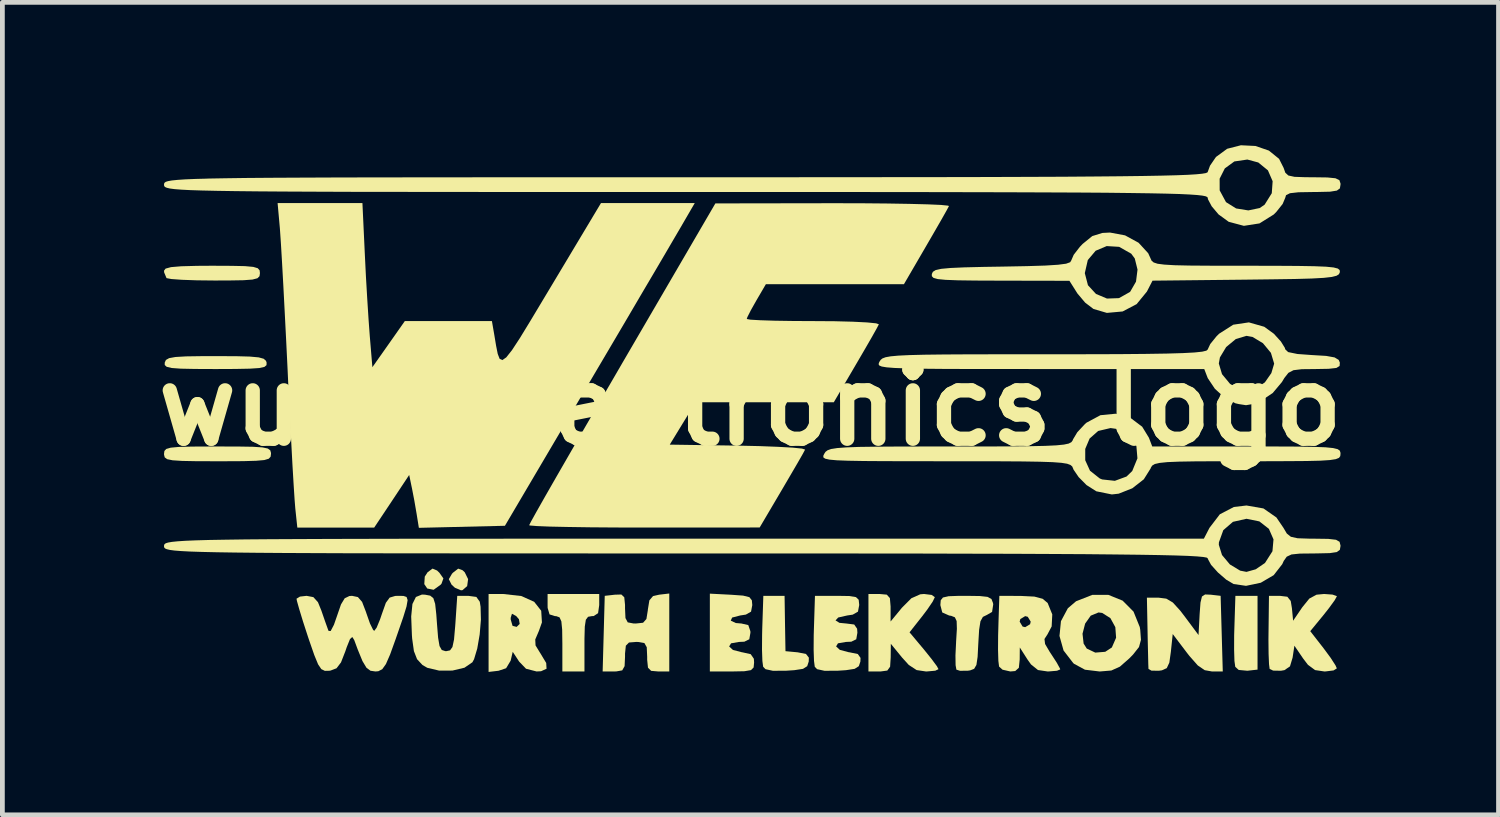
<source format=kicad_pcb>
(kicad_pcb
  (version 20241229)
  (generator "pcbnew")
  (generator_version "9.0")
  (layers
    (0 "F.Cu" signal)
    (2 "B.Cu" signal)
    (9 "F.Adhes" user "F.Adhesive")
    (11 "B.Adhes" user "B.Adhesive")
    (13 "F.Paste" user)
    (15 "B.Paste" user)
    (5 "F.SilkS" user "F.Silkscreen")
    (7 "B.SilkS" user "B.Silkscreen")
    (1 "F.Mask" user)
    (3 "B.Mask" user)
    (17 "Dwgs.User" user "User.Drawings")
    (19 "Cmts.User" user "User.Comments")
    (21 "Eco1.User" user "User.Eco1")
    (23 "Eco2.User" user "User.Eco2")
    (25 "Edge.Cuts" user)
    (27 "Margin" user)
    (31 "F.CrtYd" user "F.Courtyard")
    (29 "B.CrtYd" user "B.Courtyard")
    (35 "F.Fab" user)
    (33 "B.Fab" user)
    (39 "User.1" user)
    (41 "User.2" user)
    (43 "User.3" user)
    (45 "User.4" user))
  (footprint "wurthelectronics logo"
    (layer "F.Cu")
    (at 12.707 5.473)
    (property "Reference" "wurthelectronics logo" (at 0 0 0) (layer "F.SilkS") (effects (font (size 1.524 1.524) (thickness 0.3))))
    (attr board_only exclude_from_pos_files exclude_from_bom)
    (fp_poly (pts (xy 10.648 5.537) (xy 10.434 5.561) (xy 10.252 5.544) (xy 10.18 5.478) (xy 10.163 5.355) (xy 10.156 5.12) (xy 10.157 4.815) (xy 10.161 4.679) (xy 10.183 3.988) (xy 10.648 3.988)) (stroke (width 0) (type solid)) (fill yes) (layer "F.SilkS"))
    (fp_poly (pts (xy -6.58 3.456) (xy -6.531 3.503) (xy -6.447 3.622) (xy -6.486 3.732) (xy -6.502 3.752) (xy -6.652 3.861) (xy -6.786 3.834) (xy -6.848 3.742) (xy -6.838 3.584) (xy -6.779 3.493) (xy -6.675 3.416)) (stroke (width 0) (type solid)) (fill yes) (layer "F.SilkS"))
    (fp_poly (pts (xy -6.045 3.45) (xy -5.999 3.493) (xy -5.928 3.637) (xy -5.948 3.784) (xy -6.045 3.868) (xy -6.078 3.872) (xy -6.205 3.818) (xy -6.276 3.752) (xy -6.333 3.638) (xy -6.267 3.525) (xy -6.247 3.503) (xy -6.136 3.417)) (stroke (width 0) (type solid)) (fill yes) (layer "F.SilkS"))
    (fp_poly (pts (xy 0.726 4.569) (xy 0.736 5.15) (xy 0.992 5.174) (xy 1.167 5.209) (xy 1.227 5.286) (xy 1.224 5.368) (xy 1.192 5.465) (xy 1.104 5.521) (xy 0.921 5.549) (xy 0.754 5.56) (xy 0.472 5.562) (xy 0.316 5.528) (xy 0.267 5.477) (xy 0.251 5.355) (xy 0.243 5.12) (xy 0.245 4.815) (xy 0.248 4.679) (xy 0.271 3.988) (xy 0.717 3.988)) (stroke (width 0) (type solid)) (fill yes) (layer "F.SilkS"))
    (fp_poly (pts (xy -3.175 4.182) (xy -3.199 4.352) (xy -3.29 4.412) (xy -3.33 4.414) (xy -3.409 4.428) (xy -3.456 4.49) (xy -3.478 4.634) (xy -3.485 4.89) (xy -3.485 4.995) (xy -3.485 5.576) (xy -3.949 5.576) (xy -3.949 4.995) (xy -3.953 4.698) (xy -3.97 4.524) (xy -4.008 4.44) (xy -4.076 4.415) (xy -4.104 4.414) (xy -4.218 4.378) (xy -4.258 4.242) (xy -4.259 4.182) (xy -4.259 3.949) (xy -3.175 3.949)) (stroke (width 0) (type solid)) (fill yes) (layer "F.SilkS"))
    (fp_poly (pts (xy -10.895 -2.941) (xy -10.614 -2.935) (xy -10.439 -2.919) (xy -10.345 -2.891) (xy -10.306 -2.847) (xy -10.299 -2.788) (xy -10.308 -2.723) (xy -10.352 -2.68) (xy -10.456 -2.653) (xy -10.645 -2.639) (xy -10.944 -2.634) (xy -11.254 -2.633) (xy -11.625 -2.637) (xy -11.937 -2.648) (xy -12.159 -2.664) (xy -12.26 -2.683) (xy -12.261 -2.685) (xy -12.31 -2.802) (xy -12.313 -2.839) (xy -12.28 -2.883) (xy -12.166 -2.914) (xy -11.953 -2.932) (xy -11.619 -2.941) (xy -11.306 -2.943)) (stroke (width 0) (type solid)) (fill yes) (layer "F.SilkS"))
    (fp_poly (pts (xy -10.805 -1.044) (xy -10.512 -1.036) (xy -10.325 -1.019) (xy -10.22 -0.99) (xy -10.172 -0.947) (xy -10.159 -0.91) (xy -10.161 -0.856) (xy -10.205 -0.819) (xy -10.314 -0.795) (xy -10.511 -0.782) (xy -10.819 -0.776) (xy -11.229 -0.774) (xy -11.661 -0.776) (xy -11.961 -0.782) (xy -12.152 -0.796) (xy -12.257 -0.821) (xy -12.298 -0.859) (xy -12.298 -0.91) (xy -12.273 -0.965) (xy -12.206 -1.003) (xy -12.073 -1.027) (xy -11.85 -1.04) (xy -11.512 -1.045) (xy -11.229 -1.045)) (stroke (width 0) (type solid)) (fill yes) (layer "F.SilkS"))
    (fp_poly (pts (xy -10.752 0.853) (xy -10.446 0.858) (xy -10.248 0.871) (xy -10.134 0.895) (xy -10.082 0.933) (xy -10.067 0.987) (xy -10.067 1.007) (xy -10.075 1.067) (xy -10.114 1.109) (xy -10.208 1.137) (xy -10.379 1.152) (xy -10.652 1.16) (xy -11.05 1.162) (xy -11.19 1.162) (xy -11.628 1.161) (xy -11.934 1.155) (xy -12.132 1.142) (xy -12.246 1.119) (xy -12.298 1.081) (xy -12.312 1.026) (xy -12.313 1.007) (xy -12.305 0.946) (xy -12.266 0.904) (xy -12.172 0.877) (xy -12.001 0.861) (xy -11.727 0.854) (xy -11.329 0.852) (xy -11.19 0.852)) (stroke (width 0) (type solid)) (fill yes) (layer "F.SilkS"))
    (fp_poly (pts (xy 9.665 3.964) (xy 9.873 3.988) (xy 9.918 5.576) (xy 9.691 5.576) (xy 9.539 5.549) (xy 9.394 5.45) (xy 9.218 5.251) (xy 9.165 5.183) (xy 8.867 4.79) (xy 8.828 5.163) (xy 8.796 5.39) (xy 8.742 5.506) (xy 8.64 5.552) (xy 8.576 5.561) (xy 8.421 5.559) (xy 8.358 5.523) (xy 8.354 5.422) (xy 8.349 5.204) (xy 8.342 4.908) (xy 8.339 4.743) (xy 8.325 4.027) (xy 8.575 4.027) (xy 8.732 4.047) (xy 8.869 4.128) (xy 9.024 4.298) (xy 9.117 4.419) (xy 9.409 4.811) (xy 9.432 4.375) (xy 9.45 4.129) (xy 9.481 4.002) (xy 9.547 3.959)) (stroke (width 0) (type solid)) (fill yes) (layer "F.SilkS"))
    (fp_poly (pts (xy -4.811 3.992) (xy -4.541 4.113) (xy -4.393 4.301) (xy -4.378 4.546) (xy -4.442 4.726) (xy -4.518 4.904) (xy -4.512 5.029) (xy -4.418 5.183) (xy -4.413 5.19) (xy -4.288 5.398) (xy -4.281 5.519) (xy -4.396 5.571) (xy -4.49 5.576) (xy -4.712 5.519) (xy -4.856 5.369) (xy -4.991 5.163) (xy -5.035 5.35) (xy -5.13 5.508) (xy -5.288 5.561) (xy -5.498 5.586) (xy -5.498 4.482) (xy -5.034 4.482) (xy -4.995 4.618) (xy -4.909 4.64) (xy -4.845 4.578) (xy -4.861 4.479) (xy -4.918 4.413) (xy -5.007 4.364) (xy -5.033 4.446) (xy -5.034 4.482) (xy -5.498 4.482) (xy -5.498 3.949) (xy -5.193 3.949)) (stroke (width 0) (type solid)) (fill yes) (layer "F.SilkS"))
    (fp_poly (pts (xy -0.407 3.965) (xy -0.155 3.983) (xy -0.022 4.016) (xy 0.03 4.082) (xy 0.039 4.182) (xy 0.013 4.32) (xy -0.096 4.382) (xy -0.214 4.4) (xy -0.384 4.444) (xy -0.413 4.509) (xy -0.307 4.559) (xy -0.189 4.569) (xy -0.045 4.602) (xy -0.001 4.731) (xy 0 4.763) (xy -0.024 4.9) (xy -0.128 4.951) (xy -0.239 4.956) (xy -0.407 4.985) (xy -0.447 5.051) (xy -0.367 5.124) (xy -0.178 5.173) (xy -0.168 5.174) (xy 0.006 5.213) (xy 0.072 5.309) (xy 0.077 5.387) (xy 0.067 5.492) (xy 0.011 5.548) (xy -0.126 5.571) (xy -0.381 5.576) (xy -0.387 5.576) (xy -0.852 5.576) (xy -0.852 3.942)) (stroke (width 0) (type solid)) (fill yes) (layer "F.SilkS"))
    (fp_poly (pts (xy 2.863 3.963) (xy 2.928 4.035) (xy 2.943 4.21) (xy 2.943 4.238) (xy 2.943 4.527) (xy 3.181 4.238) (xy 3.379 4.039) (xy 3.565 3.956) (xy 3.645 3.949) (xy 3.806 3.969) (xy 3.872 4.016) (xy 3.827 4.109) (xy 3.712 4.278) (xy 3.606 4.418) (xy 3.341 4.754) (xy 3.645 5.117) (xy 3.805 5.316) (xy 3.916 5.466) (xy 3.949 5.528) (xy 3.881 5.56) (xy 3.715 5.575) (xy 3.686 5.576) (xy 3.49 5.547) (xy 3.325 5.439) (xy 3.185 5.285) (xy 2.948 4.995) (xy 2.945 5.285) (xy 2.933 5.476) (xy 2.874 5.557) (xy 2.734 5.576) (xy 2.71 5.576) (xy 2.478 5.576) (xy 2.478 3.949) (xy 2.71 3.949)) (stroke (width 0) (type solid)) (fill yes) (layer "F.SilkS"))
    (fp_poly (pts (xy 4.815 3.992) (xy 4.98 4.01) (xy 5.061 4.055) (xy 5.093 4.137) (xy 5.098 4.168) (xy 5.074 4.326) (xy 4.965 4.389) (xy 4.881 4.43) (xy 4.83 4.522) (xy 4.802 4.7) (xy 4.785 4.984) (xy 4.77 5.271) (xy 4.745 5.439) (xy 4.697 5.521) (xy 4.614 5.553) (xy 4.566 5.56) (xy 4.401 5.562) (xy 4.325 5.538) (xy 4.308 5.444) (xy 4.305 5.239) (xy 4.318 4.968) (xy 4.318 4.96) (xy 4.335 4.68) (xy 4.33 4.518) (xy 4.293 4.439) (xy 4.216 4.408) (xy 4.172 4.401) (xy 4.028 4.337) (xy 3.988 4.182) (xy 3.996 4.081) (xy 4.042 4.023) (xy 4.161 3.996) (xy 4.386 3.988) (xy 4.53 3.988)) (stroke (width 0) (type solid)) (fill yes) (layer "F.SilkS"))
    (fp_poly (pts (xy -1.704 5.576) (xy -1.936 5.576) (xy -2.085 5.563) (xy -2.151 5.497) (xy -2.168 5.332) (xy -2.168 5.266) (xy -2.177 5.067) (xy -2.227 4.979) (xy -2.351 4.957) (xy -2.401 4.956) (xy -2.55 4.968) (xy -2.616 5.035) (xy -2.633 5.199) (xy -2.633 5.266) (xy -2.642 5.464) (xy -2.692 5.553) (xy -2.816 5.575) (xy -2.868 5.576) (xy -3.103 5.576) (xy -3.059 3.988) (xy -2.846 3.964) (xy -2.71 3.96) (xy -2.649 4.018) (xy -2.633 4.178) (xy -2.633 4.254) (xy -2.624 4.455) (xy -2.576 4.545) (xy -2.457 4.568) (xy -2.405 4.569) (xy -2.254 4.553) (xy -2.184 4.474) (xy -2.154 4.288) (xy -2.154 4.279) (xy -2.122 4.083) (xy -2.045 3.993) (xy -1.917 3.964) (xy -1.704 3.939)) (stroke (width 0) (type solid)) (fill yes) (layer "F.SilkS"))
    (fp_poly (pts (xy 7.517 3.968) (xy 7.815 4.089) (xy 8.044 4.319) (xy 8.175 4.643) (xy 8.185 4.702) (xy 8.2 4.912) (xy 8.159 5.063) (xy 8.035 5.22) (xy 7.955 5.302) (xy 7.758 5.475) (xy 7.578 5.556) (xy 7.339 5.576) (xy 7.33 5.576) (xy 7.024 5.539) (xy 6.797 5.416) (xy 6.779 5.401) (xy 6.575 5.136) (xy 6.489 4.829) (xy 6.494 4.784) (xy 6.973 4.784) (xy 6.996 4.99) (xy 7.062 5.095) (xy 7.241 5.18) (xy 7.45 5.163) (xy 7.589 5.072) (xy 7.678 4.868) (xy 7.662 4.646) (xy 7.558 4.456) (xy 7.386 4.347) (xy 7.309 4.337) (xy 7.146 4.404) (xy 7.028 4.571) (xy 6.973 4.784) (xy 6.494 4.784) (xy 6.52 4.52) (xy 6.665 4.249) (xy 6.837 4.102) (xy 7.181 3.967)) (stroke (width 0) (type solid)) (fill yes) (layer "F.SilkS"))
    (fp_poly (pts (xy 12.223 3.962) (xy 12.311 3.993) (xy 12.313 3.999) (xy 12.267 4.082) (xy 12.15 4.243) (xy 12.034 4.39) (xy 11.755 4.73) (xy 12.034 5.088) (xy 12.184 5.291) (xy 12.285 5.448) (xy 12.313 5.511) (xy 12.245 5.554) (xy 12.079 5.575) (xy 12.052 5.576) (xy 11.856 5.547) (xy 11.706 5.436) (xy 11.606 5.305) (xy 11.422 5.035) (xy 11.384 5.286) (xy 11.329 5.469) (xy 11.213 5.548) (xy 11.139 5.561) (xy 10.976 5.558) (xy 10.902 5.522) (xy 10.889 5.422) (xy 10.88 5.204) (xy 10.877 4.907) (xy 10.879 4.724) (xy 10.888 3.988) (xy 11.116 3.988) (xy 11.274 4.007) (xy 11.345 4.096) (xy 11.37 4.249) (xy 11.395 4.511) (xy 11.586 4.23) (xy 11.736 4.045) (xy 11.887 3.964) (xy 12.045 3.949)) (stroke (width 0) (type solid)) (fill yes) (layer "F.SilkS"))
    (fp_poly (pts (xy -6.831 3.964) (xy -6.724 3.984) (xy -6.658 4.037) (xy -6.62 4.156) (xy -6.596 4.376) (xy -6.582 4.569) (xy -6.558 4.867) (xy -6.528 5.042) (xy -6.481 5.125) (xy -6.406 5.149) (xy -6.389 5.15) (xy -6.308 5.133) (xy -6.257 5.063) (xy -6.224 4.907) (xy -6.2 4.634) (xy -6.195 4.569) (xy -6.156 3.988) (xy -5.924 3.988) (xy -5.755 4.011) (xy -5.683 4.112) (xy -5.666 4.218) (xy -5.659 4.488) (xy -5.685 4.799) (xy -5.736 5.095) (xy -5.803 5.319) (xy -5.838 5.383) (xy -6.004 5.497) (xy -6.256 5.557) (xy -6.536 5.558) (xy -6.785 5.499) (xy -6.887 5.44) (xy -7 5.318) (xy -7.066 5.149) (xy -7.103 4.884) (xy -7.108 4.816) (xy -7.123 4.421) (xy -7.097 4.159) (xy -7.024 4.012) (xy -6.897 3.961)) (stroke (width 0) (type solid)) (fill yes) (layer "F.SilkS"))
    (fp_poly (pts (xy 2.077 3.992) (xy 2.216 4.015) (xy 2.273 4.07) (xy 2.284 4.175) (xy 2.284 4.182) (xy 2.258 4.32) (xy 2.148 4.383) (xy 2.033 4.4) (xy 1.843 4.443) (xy 1.787 4.504) (xy 1.869 4.555) (xy 2.013 4.569) (xy 2.179 4.59) (xy 2.24 4.678) (xy 2.246 4.763) (xy 2.222 4.9) (xy 2.118 4.951) (xy 2.007 4.956) (xy 1.838 4.985) (xy 1.799 5.05) (xy 1.878 5.123) (xy 2.065 5.172) (xy 2.082 5.174) (xy 2.255 5.21) (xy 2.312 5.291) (xy 2.309 5.368) (xy 2.276 5.465) (xy 2.188 5.521) (xy 2.006 5.549) (xy 1.838 5.56) (xy 1.556 5.562) (xy 1.4 5.528) (xy 1.351 5.477) (xy 1.335 5.355) (xy 1.327 5.12) (xy 1.329 4.815) (xy 1.333 4.679) (xy 1.355 3.988) (xy 1.82 3.988)) (stroke (width 0) (type solid)) (fill yes) (layer "F.SilkS"))
    (fp_poly (pts (xy 5.68 3.99) (xy 5.963 4.004) (xy 6.136 4.05) (xy 6.24 4.138) (xy 6.242 4.141) (xy 6.338 4.378) (xy 6.325 4.631) (xy 6.236 4.799) (xy 6.174 4.894) (xy 6.187 4.999) (xy 6.285 5.166) (xy 6.313 5.208) (xy 6.43 5.388) (xy 6.498 5.511) (xy 6.505 5.533) (xy 6.437 5.561) (xy 6.27 5.575) (xy 6.241 5.576) (xy 6.038 5.546) (xy 5.891 5.428) (xy 5.817 5.324) (xy 5.656 5.072) (xy 5.654 5.324) (xy 5.636 5.499) (xy 5.56 5.567) (xy 5.457 5.576) (xy 5.294 5.539) (xy 5.221 5.473) (xy 5.206 5.353) (xy 5.199 5.12) (xy 5.201 4.816) (xy 5.205 4.679) (xy 5.209 4.53) (xy 5.653 4.53) (xy 5.715 4.633) (xy 5.769 4.646) (xy 5.872 4.584) (xy 5.885 4.53) (xy 5.823 4.428) (xy 5.769 4.414) (xy 5.667 4.476) (xy 5.653 4.53) (xy 5.209 4.53) (xy 5.227 3.988)) (stroke (width 0) (type solid)) (fill yes) (layer "F.SilkS"))
    (fp_poly (pts (xy -8.097 -3.194) (xy -8.074 -2.729) (xy -8.046 -2.25) (xy -8.018 -1.812) (xy -7.993 -1.472) (xy -7.993 -1.471) (xy -7.938 -0.813) (xy -7.597 -1.297) (xy -7.257 -1.781) (xy -5.428 -1.781) (xy -5.378 -1.491) (xy -5.34 -1.262) (xy -5.306 -1.092) (xy -5.266 -0.989) (xy -5.209 -0.962) (xy -5.127 -1.019) (xy -5.008 -1.169) (xy -4.843 -1.421) (xy -4.621 -1.784) (xy -4.332 -2.266) (xy -4.182 -2.516) (xy -3.138 -4.259) (xy -1.169 -4.259) (xy -1.473 -3.736) (xy -1.578 -3.557) (xy -1.751 -3.261) (xy -1.983 -2.866) (xy -2.264 -2.39) (xy -2.582 -1.848) (xy -2.929 -1.259) (xy -3.295 -0.639) (xy -3.466 -0.348) (xy -5.155 2.517) (xy -6.962 2.56) (xy -7.009 2.268) (xy -7.057 1.989) (xy -7.109 1.719) (xy -7.111 1.712) (xy -7.165 1.45) (xy -7.532 2.003) (xy -7.9 2.555) (xy -9.514 2.555) (xy -9.557 2.149) (xy -9.571 1.971) (xy -9.591 1.662) (xy -9.616 1.242) (xy -9.643 0.736) (xy -9.673 0.165) (xy -9.704 -0.449) (xy -9.717 -0.736) (xy -9.748 -1.368) (xy -9.779 -1.974) (xy -9.808 -2.531) (xy -9.835 -3.014) (xy -9.858 -3.401) (xy -9.876 -3.667) (xy -9.881 -3.736) (xy -9.928 -4.259) (xy -8.147 -4.259)) (stroke (width 0) (type solid)) (fill yes) (layer "F.SilkS"))
    (fp_poly (pts (xy -7.285 3.99) (xy -7.22 4.012) (xy -7.198 4.077) (xy -7.221 4.211) (xy -7.29 4.436) (xy -7.408 4.777) (xy -7.45 4.898) (xy -7.566 5.22) (xy -7.654 5.421) (xy -7.731 5.529) (xy -7.813 5.571) (xy -7.874 5.576) (xy -7.978 5.561) (xy -8.063 5.497) (xy -8.146 5.358) (xy -8.246 5.114) (xy -8.319 4.917) (xy -8.36 4.852) (xy -8.408 4.896) (xy -8.477 5.067) (xy -8.505 5.15) (xy -8.597 5.386) (xy -8.691 5.509) (xy -8.816 5.557) (xy -8.84 5.561) (xy -8.936 5.563) (xy -9.01 5.527) (xy -9.078 5.426) (xy -9.157 5.234) (xy -9.264 4.926) (xy -9.291 4.846) (xy -9.394 4.529) (xy -9.474 4.267) (xy -9.522 4.096) (xy -9.531 4.048) (xy -9.459 4.004) (xy -9.32 3.988) (xy -9.177 4.015) (xy -9.081 4.121) (xy -9.009 4.298) (xy -8.932 4.521) (xy -8.87 4.694) (xy -8.858 4.724) (xy -8.814 4.727) (xy -8.745 4.595) (xy -8.682 4.414) (xy -8.597 4.168) (xy -8.519 4.039) (xy -8.421 3.992) (xy -8.365 3.988) (xy -8.242 4.014) (xy -8.154 4.115) (xy -8.072 4.328) (xy -8.063 4.356) (xy -7.989 4.567) (xy -7.924 4.7) (xy -7.899 4.724) (xy -7.849 4.657) (xy -7.778 4.485) (xy -7.734 4.356) (xy -7.655 4.134) (xy -7.575 4.025) (xy -7.458 3.99) (xy -7.392 3.988)) (stroke (width 0) (type solid)) (fill yes) (layer "F.SilkS"))
    (fp_poly (pts (xy 2.328 -4.255) (xy 2.873 -4.25) (xy 3.345 -4.242) (xy 3.728 -4.232) (xy 4.001 -4.22) (xy 4.148 -4.205) (xy 4.169 -4.197) (xy 4.122 -4.109) (xy 4.013 -3.916) (xy 3.858 -3.647) (xy 3.683 -3.345) (xy 3.223 -2.555) (xy 0.324 -2.555) (xy 0.124 -2.213) (xy 0.009 -2.009) (xy -0.064 -1.865) (xy -0.077 -1.825) (xy -0.004 -1.811) (xy 0.2 -1.799) (xy 0.51 -1.789) (xy 0.902 -1.783) (xy 1.323 -1.781) (xy 1.767 -1.778) (xy 2.15 -1.768) (xy 2.449 -1.753) (xy 2.639 -1.734) (xy 2.697 -1.714) (xy 2.65 -1.624) (xy 2.541 -1.43) (xy 2.385 -1.16) (xy 2.211 -0.862) (xy 1.751 -0.077) (xy -1.149 -0.077) (xy -1.422 0.368) (xy -1.694 0.813) (xy -0.26 0.834) (xy 0.19 0.844) (xy 0.579 0.859) (xy 0.884 0.876) (xy 1.082 0.896) (xy 1.148 0.917) (xy 1.148 0.917) (xy 1.101 1.005) (xy 0.991 1.197) (xy 0.835 1.464) (xy 0.658 1.766) (xy 0.194 2.553) (xy -2.226 2.554) (xy -2.821 2.553) (xy -3.362 2.549) (xy -3.832 2.542) (xy -4.212 2.534) (xy -4.484 2.523) (xy -4.628 2.511) (xy -4.646 2.505) (xy -4.608 2.43) (xy -4.5 2.235) (xy -4.328 1.931) (xy -4.1 1.533) (xy -3.823 1.052) (xy -3.505 0.502) (xy -3.153 -0.104) (xy -2.775 -0.754) (xy -2.691 -0.899) (xy -0.736 -4.252) (xy 1.729 -4.256)) (stroke (width 0) (type solid)) (fill yes) (layer "F.SilkS"))
    (fp_poly (pts (xy 7.866 -3.581) (xy 8.15 -3.426) (xy 8.352 -3.206) (xy 8.403 -3.094) (xy 8.424 -3.048) (xy 8.467 -3.012) (xy 8.549 -2.985) (xy 8.689 -2.967) (xy 8.905 -2.954) (xy 9.214 -2.947) (xy 9.636 -2.944) (xy 10.187 -2.943) (xy 10.426 -2.943) (xy 11.031 -2.942) (xy 11.498 -2.939) (xy 11.844 -2.933) (xy 12.087 -2.923) (xy 12.245 -2.907) (xy 12.334 -2.884) (xy 12.372 -2.853) (xy 12.377 -2.813) (xy 12.376 -2.807) (xy 12.357 -2.765) (xy 12.307 -2.733) (xy 12.207 -2.708) (xy 12.041 -2.689) (xy 11.789 -2.675) (xy 11.435 -2.665) (xy 10.961 -2.658) (xy 10.396 -2.651) (xy 8.443 -2.63) (xy 8.325 -2.401) (xy 8.109 -2.137) (xy 7.815 -1.983) (xy 7.484 -1.953) (xy 7.202 -2.036) (xy 7.028 -2.169) (xy 6.865 -2.362) (xy 6.854 -2.38) (xy 6.698 -2.627) (xy 5.241 -2.63) (xy 4.731 -2.632) (xy 4.357 -2.637) (xy 4.098 -2.647) (xy 3.933 -2.663) (xy 3.844 -2.688) (xy 3.809 -2.724) (xy 3.809 -2.768) (xy 3.818 -2.788) (xy 7.021 -2.788) (xy 7.087 -2.534) (xy 7.256 -2.351) (xy 7.487 -2.254) (xy 7.738 -2.263) (xy 7.968 -2.392) (xy 7.976 -2.401) (xy 8.096 -2.609) (xy 8.128 -2.862) (xy 8.07 -3.096) (xy 7.996 -3.196) (xy 7.742 -3.34) (xy 7.481 -3.356) (xy 7.249 -3.258) (xy 7.084 -3.063) (xy 7.021 -2.788) (xy 3.818 -2.788) (xy 3.831 -2.816) (xy 3.889 -2.852) (xy 4.005 -2.878) (xy 4.198 -2.896) (xy 4.49 -2.909) (xy 4.901 -2.919) (xy 5.286 -2.925) (xy 5.808 -2.935) (xy 6.193 -2.947) (xy 6.46 -2.964) (xy 6.628 -2.986) (xy 6.714 -3.017) (xy 6.737 -3.055) (xy 6.788 -3.173) (xy 6.917 -3.34) (xy 6.975 -3.401) (xy 7.178 -3.566) (xy 7.391 -3.632) (xy 7.55 -3.64)) (stroke (width 0) (type solid)) (fill yes) (layer "F.SilkS"))
    (fp_poly (pts (xy 10.788 -1.662) (xy 10.991 -1.515) (xy 11.139 -1.352) (xy 11.222 -1.218) (xy 11.229 -1.189) (xy 11.291 -1.13) (xy 11.486 -1.09) (xy 11.789 -1.068) (xy 12.089 -1.05) (xy 12.266 -1.018) (xy 12.352 -0.966) (xy 12.376 -0.91) (xy 12.371 -0.838) (xy 12.303 -0.797) (xy 12.141 -0.779) (xy 11.861 -0.774) (xy 11.577 -0.771) (xy 11.403 -0.75) (xy 11.296 -0.694) (xy 11.211 -0.586) (xy 11.159 -0.5) (xy 10.968 -0.272) (xy 10.73 -0.113) (xy 10.728 -0.112) (xy 10.536 -0.037) (xy 10.406 -0.015) (xy 10.257 -0.038) (xy 10.183 -0.055) (xy 9.966 -0.165) (xy 9.752 -0.36) (xy 9.604 -0.581) (xy 9.596 -0.6) (xy 9.529 -0.774) (xy 6.078 -0.774) (xy 5.258 -0.775) (xy 4.58 -0.775) (xy 4.03 -0.777) (xy 3.597 -0.781) (xy 3.265 -0.788) (xy 3.024 -0.797) (xy 2.858 -0.81) (xy 2.757 -0.827) (xy 2.705 -0.849) (xy 2.691 -0.877) (xy 2.695 -0.891) (xy 9.835 -0.891) (xy 9.902 -0.667) (xy 10.07 -0.464) (xy 10.289 -0.333) (xy 10.416 -0.31) (xy 10.609 -0.363) (xy 10.8 -0.493) (xy 10.806 -0.5) (xy 10.938 -0.689) (xy 10.996 -0.884) (xy 10.996 -0.891) (xy 10.929 -1.114) (xy 10.761 -1.317) (xy 10.543 -1.448) (xy 10.416 -1.471) (xy 10.192 -1.404) (xy 9.989 -1.236) (xy 9.858 -1.018) (xy 9.835 -0.891) (xy 2.695 -0.891) (xy 2.701 -0.911) (xy 2.71 -0.929) (xy 2.734 -0.966) (xy 2.772 -0.997) (xy 2.838 -1.022) (xy 2.944 -1.041) (xy 3.107 -1.056) (xy 3.338 -1.067) (xy 3.652 -1.075) (xy 4.063 -1.08) (xy 4.584 -1.083) (xy 5.23 -1.084) (xy 6.014 -1.084) (xy 6.198 -1.084) (xy 7.037 -1.085) (xy 7.733 -1.087) (xy 8.299 -1.092) (xy 8.745 -1.099) (xy 9.083 -1.109) (xy 9.326 -1.122) (xy 9.486 -1.139) (xy 9.574 -1.16) (xy 9.602 -1.184) (xy 9.602 -1.186) (xy 9.655 -1.299) (xy 9.785 -1.46) (xy 9.84 -1.515) (xy 10.138 -1.705) (xy 10.466 -1.754)) (stroke (width 0) (type solid)) (fill yes) (layer "F.SilkS"))
    (fp_poly (pts (xy 7.974 0.247) (xy 8.226 0.437) (xy 8.367 0.668) (xy 8.437 0.852) (xy 10.414 0.852) (xy 11.017 0.852) (xy 11.483 0.854) (xy 11.83 0.86) (xy 12.075 0.869) (xy 12.235 0.885) (xy 12.33 0.908) (xy 12.375 0.939) (xy 12.389 0.981) (xy 12.39 1.007) (xy 12.385 1.054) (xy 12.358 1.091) (xy 12.291 1.118) (xy 12.167 1.137) (xy 11.968 1.15) (xy 11.676 1.157) (xy 11.273 1.16) (xy 10.742 1.162) (xy 10.421 1.162) (xy 9.818 1.162) (xy 9.351 1.164) (xy 9.004 1.17) (xy 8.757 1.18) (xy 8.592 1.197) (xy 8.491 1.22) (xy 8.436 1.253) (xy 8.409 1.295) (xy 8.403 1.313) (xy 8.26 1.541) (xy 8.018 1.73) (xy 7.732 1.843) (xy 7.589 1.859) (xy 7.263 1.793) (xy 7.057 1.662) (xy 6.892 1.495) (xy 6.784 1.337) (xy 6.775 1.313) (xy 6.757 1.272) (xy 6.72 1.24) (xy 6.65 1.214) (xy 6.53 1.195) (xy 6.344 1.181) (xy 6.078 1.172) (xy 5.716 1.166) (xy 5.242 1.163) (xy 4.64 1.162) (xy 4.096 1.162) (xy 3.39 1.161) (xy 2.823 1.16) (xy 2.382 1.157) (xy 2.05 1.151) (xy 1.815 1.142) (xy 1.66 1.128) (xy 1.57 1.108) (xy 1.532 1.082) (xy 1.53 1.048) (xy 1.549 1.007) (xy 1.549 1.007) (xy 1.577 0.964) (xy 1.621 0.931) (xy 1.697 0.904) (xy 1.708 0.903) (xy 7.03 0.903) (xy 7.03 1.141) (xy 7.13 1.361) (xy 7.336 1.524) (xy 7.386 1.544) (xy 7.652 1.573) (xy 7.897 1.483) (xy 8.017 1.367) (xy 8.126 1.101) (xy 8.104 0.841) (xy 7.971 0.625) (xy 7.744 0.491) (xy 7.562 0.465) (xy 7.302 0.526) (xy 7.122 0.685) (xy 7.03 0.903) (xy 1.708 0.903) (xy 1.822 0.885) (xy 2.011 0.871) (xy 2.28 0.861) (xy 2.647 0.856) (xy 3.126 0.853) (xy 3.734 0.852) (xy 4.179 0.852) (xy 4.874 0.852) (xy 5.431 0.85) (xy 5.864 0.846) (xy 6.19 0.839) (xy 6.424 0.828) (xy 6.583 0.812) (xy 6.682 0.791) (xy 6.738 0.762) (xy 6.765 0.726) (xy 6.775 0.7) (xy 6.864 0.552) (xy 7.023 0.382) (xy 7.057 0.352) (xy 7.349 0.195) (xy 7.668 0.164)) (stroke (width 0) (type solid)) (fill yes) (layer "F.SilkS"))
    (fp_poly (pts (xy 10.772 2.153) (xy 11.044 2.342) (xy 11.192 2.56) (xy 11.263 2.68) (xy 11.348 2.748) (xy 11.489 2.779) (xy 11.727 2.787) (xy 11.85 2.788) (xy 12.134 2.792) (xy 12.297 2.811) (xy 12.371 2.854) (xy 12.39 2.931) (xy 12.39 2.943) (xy 12.376 3.023) (xy 12.312 3.069) (xy 12.165 3.091) (xy 11.903 3.097) (xy 11.828 3.098) (xy 11.537 3.101) (xy 11.361 3.119) (xy 11.261 3.166) (xy 11.198 3.255) (xy 11.167 3.323) (xy 10.987 3.554) (xy 10.716 3.713) (xy 10.406 3.778) (xy 10.145 3.74) (xy 9.99 3.648) (xy 9.817 3.498) (xy 9.672 3.337) (xy 9.603 3.21) (xy 9.602 3.199) (xy 9.58 3.185) (xy 9.507 3.172) (xy 9.377 3.16) (xy 9.184 3.149) (xy 8.921 3.14) (xy 8.581 3.132) (xy 8.156 3.125) (xy 7.642 3.119) (xy 7.029 3.113) (xy 6.313 3.109) (xy 5.486 3.105) (xy 4.541 3.103) (xy 3.472 3.1) (xy 2.271 3.099) (xy 0.933 3.098) (xy -0.55 3.098) (xy -1.355 3.098) (xy -2.875 3.098) (xy -4.246 3.097) (xy -5.479 3.097) (xy -6.578 3.096) (xy -7.553 3.095) (xy -8.411 3.094) (xy -9.159 3.091) (xy -9.805 3.088) (xy -10.356 3.084) (xy -10.819 3.079) (xy -11.203 3.073) (xy -11.515 3.066) (xy -11.762 3.058) (xy -11.952 3.048) (xy -12.093 3.037) (xy -12.191 3.024) (xy -12.254 3.009) (xy -12.291 2.993) (xy -12.308 2.974) (xy -12.313 2.954) (xy -12.313 2.943) (xy -12.311 2.921) (xy -12.309 2.916) (xy 9.835 2.916) (xy 9.902 3.131) (xy 10.068 3.329) (xy 10.283 3.459) (xy 10.416 3.485) (xy 10.609 3.431) (xy 10.8 3.301) (xy 10.806 3.295) (xy 10.961 3.052) (xy 10.983 2.802) (xy 10.886 2.581) (xy 10.686 2.425) (xy 10.416 2.37) (xy 10.132 2.434) (xy 9.929 2.609) (xy 9.837 2.864) (xy 9.835 2.916) (xy -12.309 2.916) (xy -12.301 2.902) (xy -12.276 2.884) (xy -12.227 2.869) (xy -12.147 2.855) (xy -12.028 2.843) (xy -11.864 2.832) (xy -11.647 2.823) (xy -11.368 2.815) (xy -11.021 2.809) (xy -10.597 2.803) (xy -10.091 2.799) (xy -9.493 2.796) (xy -8.796 2.793) (xy -7.994 2.791) (xy -7.077 2.789) (xy -6.039 2.789) (xy -4.873 2.788) (xy -3.57 2.788) (xy -2.124 2.788) (xy -1.396 2.788) (xy 9.521 2.788) (xy 9.639 2.56) (xy 9.857 2.275) (xy 10.152 2.122) (xy 10.416 2.091)) (stroke (width 0) (type solid)) (fill yes) (layer "F.SilkS"))
    (fp_poly (pts (xy 10.605 -5.458) (xy 10.886 -5.361) (xy 11.1 -5.188) (xy 11.196 -4.997) (xy 11.231 -4.897) (xy 11.295 -4.838) (xy 11.424 -4.81) (xy 11.655 -4.802) (xy 11.818 -4.801) (xy 12.112 -4.797) (xy 12.284 -4.78) (xy 12.366 -4.741) (xy 12.39 -4.671) (xy 12.39 -4.646) (xy 12.377 -4.567) (xy 12.314 -4.521) (xy 12.17 -4.498) (xy 11.914 -4.492) (xy 11.809 -4.491) (xy 11.507 -4.486) (xy 11.329 -4.466) (xy 11.246 -4.424) (xy 11.229 -4.368) (xy 11.175 -4.24) (xy 11.042 -4.073) (xy 10.988 -4.019) (xy 10.689 -3.832) (xy 10.361 -3.781) (xy 10.042 -3.866) (xy 9.829 -4.021) (xy 9.685 -4.192) (xy 9.607 -4.339) (xy 9.602 -4.369) (xy 9.592 -4.386) (xy 9.557 -4.402) (xy 9.488 -4.416) (xy 9.38 -4.428) (xy 9.224 -4.439) (xy 9.014 -4.449) (xy 8.741 -4.457) (xy 8.398 -4.464) (xy 7.979 -4.47) (xy 7.475 -4.476) (xy 6.879 -4.48) (xy 6.185 -4.483) (xy 5.384 -4.486) (xy 4.469 -4.488) (xy 3.433 -4.49) (xy 2.268 -4.491) (xy 0.967 -4.491) (xy -0.477 -4.491) (xy -1.355 -4.491) (xy -2.875 -4.491) (xy -4.246 -4.492) (xy -5.479 -4.492) (xy -6.578 -4.493) (xy -7.553 -4.494) (xy -8.411 -4.495) (xy -9.159 -4.498) (xy -9.805 -4.501) (xy -10.356 -4.505) (xy -10.819 -4.51) (xy -11.203 -4.516) (xy -11.515 -4.523) (xy -11.762 -4.531) (xy -11.952 -4.541) (xy -12.093 -4.552) (xy -12.191 -4.565) (xy -12.254 -4.58) (xy -12.291 -4.596) (xy -12.308 -4.615) (xy -12.313 -4.635) (xy -12.313 -4.646) (xy -12.311 -4.668) (xy -12.301 -4.687) (xy -12.276 -4.705) (xy -12.227 -4.72) (xy -12.147 -4.734) (xy -12.029 -4.746) (xy -11.865 -4.757) (xy -11.648 -4.766) (xy -11.448 -4.771) (xy 9.852 -4.771) (xy 9.853 -4.525) (xy 9.983 -4.284) (xy 9.993 -4.274) (xy 10.199 -4.146) (xy 10.455 -4.105) (xy 10.694 -4.155) (xy 10.797 -4.226) (xy 10.947 -4.466) (xy 10.965 -4.718) (xy 10.866 -4.946) (xy 10.664 -5.111) (xy 10.434 -5.173) (xy 10.161 -5.133) (xy 9.961 -4.987) (xy 9.852 -4.771) (xy -11.448 -4.771) (xy -11.37 -4.774) (xy -11.023 -4.78) (xy -10.601 -4.786) (xy -10.095 -4.79) (xy -9.498 -4.793) (xy -8.803 -4.796) (xy -8.002 -4.798) (xy -7.087 -4.799) (xy -6.051 -4.8) (xy -4.887 -4.801) (xy -3.587 -4.801) (xy -2.143 -4.801) (xy -1.355 -4.801) (xy 0.183 -4.801) (xy 1.574 -4.802) (xy 2.824 -4.803) (xy 3.941 -4.804) (xy 4.932 -4.806) (xy 5.803 -4.809) (xy 6.563 -4.812) (xy 7.219 -4.817) (xy 7.777 -4.822) (xy 8.244 -4.828) (xy 8.629 -4.835) (xy 8.938 -4.843) (xy 9.178 -4.852) (xy 9.357 -4.863) (xy 9.481 -4.875) (xy 9.559 -4.888) (xy 9.596 -4.903) (xy 9.602 -4.913) (xy 9.65 -5.044) (xy 9.766 -5.214) (xy 9.779 -5.23) (xy 10.01 -5.399) (xy 10.299 -5.473)) (stroke (width 0) (type solid)) (fill yes) (layer "F.SilkS")))
  (gr_rect
    (start -3 -3)
    (end 28.415 14.059)
    (stroke (width 0.1) (type default))
    (fill no)
    (layer "Edge.Cuts")))
</source>
